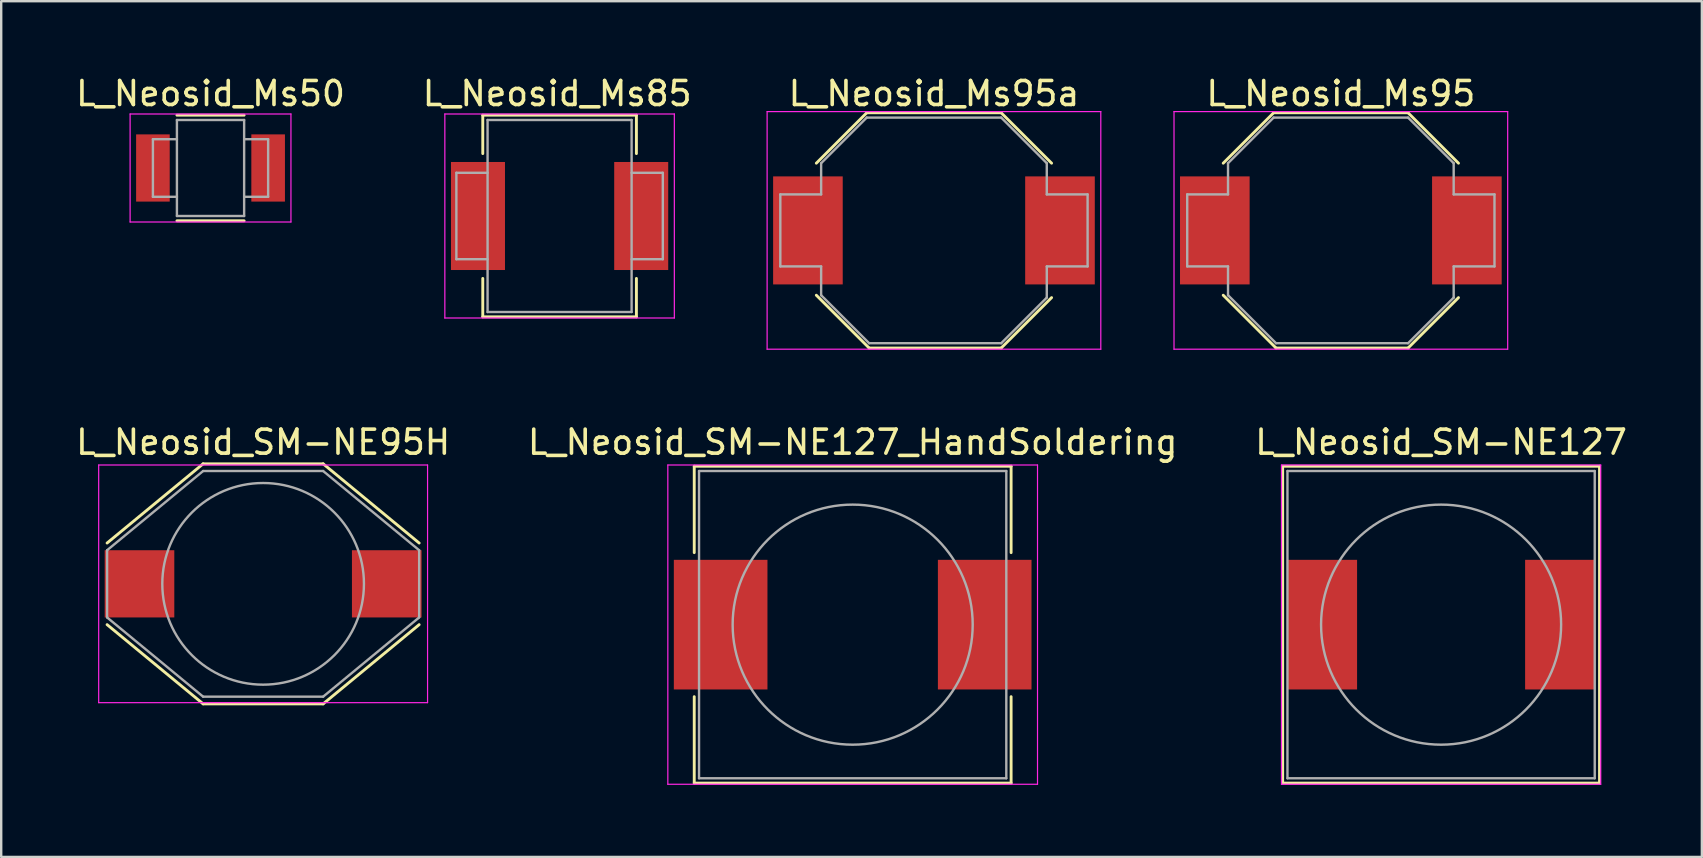
<source format=kicad_pcb>
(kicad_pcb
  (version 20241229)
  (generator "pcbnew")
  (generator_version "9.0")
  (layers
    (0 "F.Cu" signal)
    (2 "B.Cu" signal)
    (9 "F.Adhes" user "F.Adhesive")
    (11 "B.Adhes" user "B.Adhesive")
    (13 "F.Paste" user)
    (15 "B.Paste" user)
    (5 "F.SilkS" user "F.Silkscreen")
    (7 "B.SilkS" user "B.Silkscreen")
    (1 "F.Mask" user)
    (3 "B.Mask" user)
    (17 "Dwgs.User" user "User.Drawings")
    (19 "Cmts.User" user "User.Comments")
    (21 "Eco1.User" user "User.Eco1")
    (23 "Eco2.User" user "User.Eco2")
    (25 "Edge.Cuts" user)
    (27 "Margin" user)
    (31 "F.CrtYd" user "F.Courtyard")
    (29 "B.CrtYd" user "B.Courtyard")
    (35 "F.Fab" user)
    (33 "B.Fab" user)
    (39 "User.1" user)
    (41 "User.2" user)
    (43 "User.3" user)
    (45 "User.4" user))
  (footprint "L_Neosid_SM-NE127_HandSoldering"
    (layer "F.Cu")
    (at 32.47 22.971)
    (property "Reference" "L_Neosid_SM-NE127_HandSoldering" (at 0 -7.6 0) (layer "F.SilkS") (effects (font (size 1 1) (thickness 0.15))))
    (attr smd)
    (fp_line (start -6.6 -6.6) (end 6.6 -6.6) (stroke (width 0.12) (type solid)) (layer "F.SilkS"))
    (fp_line (start -6.6 -3) (end -6.6 -6.6) (stroke (width 0.12) (type solid)) (layer "F.SilkS"))
    (fp_line (start -6.6 6.6) (end -6.6 3) (stroke (width 0.12) (type solid)) (layer "F.SilkS"))
    (fp_line (start 6.6 -6.6) (end 6.6 -3) (stroke (width 0.12) (type solid)) (layer "F.SilkS"))
    (fp_line (start 6.6 3) (end 6.6 6.6) (stroke (width 0.12) (type solid)) (layer "F.SilkS"))
    (fp_line (start 6.6 6.6) (end -6.6 6.6) (stroke (width 0.12) (type solid)) (layer "F.SilkS"))
    (fp_line (start -7.7 -6.65) (end -7.7 6.65) (stroke (width 0.05) (type solid)) (layer "F.CrtYd"))
    (fp_line (start -7.7 -6.65) (end 7.7 -6.65) (stroke (width 0.05) (type solid)) (layer "F.CrtYd"))
    (fp_line (start 7.7 6.65) (end -7.7 6.65) (stroke (width 0.05) (type solid)) (layer "F.CrtYd"))
    (fp_line (start 7.7 6.65) (end 7.7 -6.65) (stroke (width 0.05) (type solid)) (layer "F.CrtYd"))
    (fp_line (start -6.4 -6.4) (end 6.4 -6.4) (stroke (width 0.1) (type solid)) (layer "F.Fab"))
    (fp_line (start -6.4 6.4) (end -6.4 -6.4) (stroke (width 0.1) (type solid)) (layer "F.Fab"))
    (fp_line (start 6.4 -6.4) (end 6.4 6.4) (stroke (width 0.1) (type solid)) (layer "F.Fab"))
    (fp_line (start 6.4 6.4) (end -6.4 6.4) (stroke (width 0.1) (type solid)) (layer "F.Fab"))
    (fp_circle (center 0 0) (end 5 0) (stroke (width 0.1) (type solid)) (fill no) (layer "F.Fab"))
    (pad "1" smd rect (at -5.5 0) (size 3.9 5.4) (layers "F.Cu" "F.Mask" "F.Paste"))
    (pad "2" smd rect (at 5.5 0) (size 3.9 5.4) (layers "F.Cu" "F.Mask" "F.Paste")))
  (footprint "L_Neosid_Ms85"
    (layer "F.Cu")
    (at 20.261 5.948)
    (property "Reference" "L_Neosid_Ms85" (at -0.1 -5.1 0) (layer "F.SilkS") (effects (font (size 1 1) (thickness 0.15))))
    (attr smd)
    (fp_line (start -3.2 -4.2) (end -3.2 -2.6) (stroke (width 0.12) (type solid)) (layer "F.SilkS"))
    (fp_line (start -3.2 2.6) (end -3.2 4.2) (stroke (width 0.12) (type solid)) (layer "F.SilkS"))
    (fp_line (start -3.2 4.2) (end 3.2 4.2) (stroke (width 0.12) (type solid)) (layer "F.SilkS"))
    (fp_line (start 3.2 -4.2) (end -3.2 -4.2) (stroke (width 0.12) (type solid)) (layer "F.SilkS"))
    (fp_line (start 3.2 -2.6) (end 3.2 -4.2) (stroke (width 0.12) (type solid)) (layer "F.SilkS"))
    (fp_line (start 3.2 4.2) (end 3.2 2.6) (stroke (width 0.12) (type solid)) (layer "F.SilkS"))
    (fp_line (start -4.78 -4.25) (end -4.78 4.25) (stroke (width 0.05) (type solid)) (layer "F.CrtYd"))
    (fp_line (start -4.78 -4.25) (end 4.78 -4.25) (stroke (width 0.05) (type solid)) (layer "F.CrtYd"))
    (fp_line (start 4.78 4.25) (end -4.78 4.25) (stroke (width 0.05) (type solid)) (layer "F.CrtYd"))
    (fp_line (start 4.78 4.25) (end 4.78 -4.25) (stroke (width 0.05) (type solid)) (layer "F.CrtYd"))
    (fp_line (start -4.3 -1.8) (end -4.3 1.8) (stroke (width 0.1) (type solid)) (layer "F.Fab"))
    (fp_line (start -4.3 -1.8) (end -3 -1.8) (stroke (width 0.1) (type solid)) (layer "F.Fab"))
    (fp_line (start -4.3 1.8) (end -3 1.8) (stroke (width 0.1) (type solid)) (layer "F.Fab"))
    (fp_line (start -3 -4) (end 3 -4) (stroke (width 0.1) (type solid)) (layer "F.Fab"))
    (fp_line (start -3 4) (end -3 -4) (stroke (width 0.1) (type solid)) (layer "F.Fab"))
    (fp_line (start 3 -4) (end 3 4) (stroke (width 0.1) (type solid)) (layer "F.Fab"))
    (fp_line (start 3 1.8) (end 4.3 1.8) (stroke (width 0.1) (type solid)) (layer "F.Fab"))
    (fp_line (start 3 4) (end -3 4) (stroke (width 0.1) (type solid)) (layer "F.Fab"))
    (fp_line (start 4.3 -1.8) (end 3 -1.8) (stroke (width 0.1) (type solid)) (layer "F.Fab"))
    (fp_line (start 4.3 1.8) (end 4.3 -1.8) (stroke (width 0.1) (type solid)) (layer "F.Fab"))
    (pad "1" smd rect (at -3.4 0) (size 2.25 4.5) (layers "F.Cu" "F.Mask" "F.Paste"))
    (pad "2" smd rect (at 3.4 0) (size 2.25 4.5) (layers "F.Cu" "F.Mask" "F.Paste")))
  (footprint "L_Neosid_Ms95a"
    (layer "F.Cu")
    (at 35.856 6.548)
    (property "Reference" "L_Neosid_Ms95a" (at 0 -5.7 0) (layer "F.SilkS") (effects (font (size 1 1) (thickness 0.15))))
    (attr smd)
    (fp_line (start -4.9 -2.8) (end -2.8 -4.9) (stroke (width 0.12) (type solid)) (layer "F.SilkS"))
    (fp_line (start -2.8 -4.9) (end 2.8 -4.9) (stroke (width 0.12) (type solid)) (layer "F.SilkS"))
    (fp_line (start -2.7 4.9) (end -4.9 2.7) (stroke (width 0.12) (type solid)) (layer "F.SilkS"))
    (fp_line (start -2.7 4.9) (end 2.8 4.9) (stroke (width 0.12) (type solid)) (layer "F.SilkS"))
    (fp_line (start 2.8 -4.9) (end 4.9 -2.8) (stroke (width 0.12) (type solid)) (layer "F.SilkS"))
    (fp_line (start 2.8 4.9) (end 4.9 2.8) (stroke (width 0.12) (type solid)) (layer "F.SilkS"))
    (fp_line (start -6.95 -4.95) (end -6.95 4.95) (stroke (width 0.05) (type solid)) (layer "F.CrtYd"))
    (fp_line (start -6.95 -4.95) (end 6.95 -4.95) (stroke (width 0.05) (type solid)) (layer "F.CrtYd"))
    (fp_line (start 6.95 4.95) (end -6.95 4.95) (stroke (width 0.05) (type solid)) (layer "F.CrtYd"))
    (fp_line (start 6.95 4.95) (end 6.95 -4.95) (stroke (width 0.05) (type solid)) (layer "F.CrtYd"))
    (fp_line (start -6.4 -1.5) (end -6.4 1.5) (stroke (width 0.1) (type solid)) (layer "F.Fab"))
    (fp_line (start -6.4 -1.5) (end -4.7 -1.5) (stroke (width 0.1) (type solid)) (layer "F.Fab"))
    (fp_line (start -6.4 1.5) (end -4.7 1.5) (stroke (width 0.1) (type solid)) (layer "F.Fab"))
    (fp_line (start -4.7 -1.5) (end -4.7 -2.8) (stroke (width 0.1) (type solid)) (layer "F.Fab"))
    (fp_line (start -4.7 1.5) (end -4.7 2.7) (stroke (width 0.1) (type solid)) (layer "F.Fab"))
    (fp_line (start -4.7 2.7) (end -2.7 4.7) (stroke (width 0.1) (type solid)) (layer "F.Fab"))
    (fp_line (start -2.8 -4.7) (end -4.7 -2.8) (stroke (width 0.1) (type solid)) (layer "F.Fab"))
    (fp_line (start 2.8 -4.7) (end -2.8 -4.7) (stroke (width 0.1) (type solid)) (layer "F.Fab"))
    (fp_line (start 2.8 4.7) (end -2.7 4.7) (stroke (width 0.1) (type solid)) (layer "F.Fab"))
    (fp_line (start 4.7 -2.8) (end 2.8 -4.7) (stroke (width 0.1) (type solid)) (layer "F.Fab"))
    (fp_line (start 4.7 -1.5) (end 4.7 -2.8) (stroke (width 0.1) (type solid)) (layer "F.Fab"))
    (fp_line (start 4.7 1.5) (end 6.4 1.5) (stroke (width 0.1) (type solid)) (layer "F.Fab"))
    (fp_line (start 4.7 2.8) (end 2.8 4.7) (stroke (width 0.1) (type solid)) (layer "F.Fab"))
    (fp_line (start 4.7 2.8) (end 4.7 1.5) (stroke (width 0.1) (type solid)) (layer "F.Fab"))
    (fp_line (start 6.4 -1.5) (end 4.7 -1.5) (stroke (width 0.1) (type solid)) (layer "F.Fab"))
    (fp_line (start 6.4 1.5) (end 6.4 -1.5) (stroke (width 0.1) (type solid)) (layer "F.Fab"))
    (pad "1" smd rect (at -5.25 0) (size 2.9 4.5) (layers "F.Cu" "F.Mask" "F.Paste"))
    (pad "2" smd rect (at 5.25 0) (size 2.9 4.5) (layers "F.Cu" "F.Mask" "F.Paste")))
  (footprint "L_Neosid_SM-NE127"
    (layer "F.Cu")
    (at 56.982 22.971)
    (property "Reference" "L_Neosid_SM-NE127" (at 0 -7.6 0) (layer "F.SilkS") (effects (font (size 1 1) (thickness 0.15))))
    (attr smd)
    (fp_line (start -6.6 -6.6) (end 6.6 -6.6) (stroke (width 0.12) (type solid)) (layer "F.SilkS"))
    (fp_line (start -6.6 6.6) (end -6.6 -6.6) (stroke (width 0.12) (type solid)) (layer "F.SilkS"))
    (fp_line (start 6.6 -6.6) (end 6.6 6.6) (stroke (width 0.12) (type solid)) (layer "F.SilkS"))
    (fp_line (start 6.6 6.6) (end -6.6 6.6) (stroke (width 0.12) (type solid)) (layer "F.SilkS"))
    (fp_line (start -6.65 -6.65) (end -6.65 6.65) (stroke (width 0.05) (type solid)) (layer "F.CrtYd"))
    (fp_line (start -6.65 -6.65) (end 6.65 -6.65) (stroke (width 0.05) (type solid)) (layer "F.CrtYd"))
    (fp_line (start 6.65 6.65) (end -6.65 6.65) (stroke (width 0.05) (type solid)) (layer "F.CrtYd"))
    (fp_line (start 6.65 6.65) (end 6.65 -6.65) (stroke (width 0.05) (type solid)) (layer "F.CrtYd"))
    (fp_line (start -6.4 -6.4) (end 6.4 -6.4) (stroke (width 0.1) (type solid)) (layer "F.Fab"))
    (fp_line (start -6.4 6.4) (end -6.4 -6.4) (stroke (width 0.1) (type solid)) (layer "F.Fab"))
    (fp_line (start 6.4 -6.4) (end 6.4 6.4) (stroke (width 0.1) (type solid)) (layer "F.Fab"))
    (fp_line (start 6.4 6.4) (end -6.4 6.4) (stroke (width 0.1) (type solid)) (layer "F.Fab"))
    (fp_circle (center 0 0) (end 5 0) (stroke (width 0.1) (type solid)) (fill no) (layer "F.Fab"))
    (pad "1" smd rect (at -4.95 0) (size 2.9 5.4) (layers "F.Cu" "F.Mask" "F.Paste"))
    (pad "2" smd rect (at 4.95 0) (size 2.9 5.4) (layers "F.Cu" "F.Mask" "F.Paste")))
  (footprint "L_Neosid_Ms95"
    (layer "F.Cu")
    (at 52.806 6.548)
    (property "Reference" "L_Neosid_Ms95" (at 0 -5.7 0) (layer "F.SilkS") (effects (font (size 1 1) (thickness 0.15))))
    (attr smd)
    (fp_line (start -4.9 -2.8) (end -2.8 -4.9) (stroke (width 0.12) (type solid)) (layer "F.SilkS"))
    (fp_line (start -2.8 -4.9) (end 2.8 -4.9) (stroke (width 0.12) (type solid)) (layer "F.SilkS"))
    (fp_line (start -2.7 4.9) (end -4.9 2.7) (stroke (width 0.12) (type solid)) (layer "F.SilkS"))
    (fp_line (start -2.7 4.9) (end 2.8 4.9) (stroke (width 0.12) (type solid)) (layer "F.SilkS"))
    (fp_line (start 2.8 -4.9) (end 4.9 -2.8) (stroke (width 0.12) (type solid)) (layer "F.SilkS"))
    (fp_line (start 2.8 4.9) (end 4.9 2.8) (stroke (width 0.12) (type solid)) (layer "F.SilkS"))
    (fp_line (start -6.95 -4.95) (end -6.95 4.95) (stroke (width 0.05) (type solid)) (layer "F.CrtYd"))
    (fp_line (start -6.95 -4.95) (end 6.95 -4.95) (stroke (width 0.05) (type solid)) (layer "F.CrtYd"))
    (fp_line (start 6.95 4.95) (end -6.95 4.95) (stroke (width 0.05) (type solid)) (layer "F.CrtYd"))
    (fp_line (start 6.95 4.95) (end 6.95 -4.95) (stroke (width 0.05) (type solid)) (layer "F.CrtYd"))
    (fp_line (start -6.4 -1.5) (end -6.4 1.5) (stroke (width 0.1) (type solid)) (layer "F.Fab"))
    (fp_line (start -6.4 -1.5) (end -4.7 -1.5) (stroke (width 0.1) (type solid)) (layer "F.Fab"))
    (fp_line (start -6.4 1.5) (end -4.7 1.5) (stroke (width 0.1) (type solid)) (layer "F.Fab"))
    (fp_line (start -4.7 -1.5) (end -4.7 -2.8) (stroke (width 0.1) (type solid)) (layer "F.Fab"))
    (fp_line (start -4.7 1.5) (end -4.7 2.7) (stroke (width 0.1) (type solid)) (layer "F.Fab"))
    (fp_line (start -4.7 2.7) (end -2.7 4.7) (stroke (width 0.1) (type solid)) (layer "F.Fab"))
    (fp_line (start -2.8 -4.7) (end -4.7 -2.8) (stroke (width 0.1) (type solid)) (layer "F.Fab"))
    (fp_line (start 2.8 -4.7) (end -2.8 -4.7) (stroke (width 0.1) (type solid)) (layer "F.Fab"))
    (fp_line (start 2.8 4.7) (end -2.7 4.7) (stroke (width 0.1) (type solid)) (layer "F.Fab"))
    (fp_line (start 4.7 -2.8) (end 2.8 -4.7) (stroke (width 0.1) (type solid)) (layer "F.Fab"))
    (fp_line (start 4.7 -1.5) (end 4.7 -2.8) (stroke (width 0.1) (type solid)) (layer "F.Fab"))
    (fp_line (start 4.7 1.5) (end 6.4 1.5) (stroke (width 0.1) (type solid)) (layer "F.Fab"))
    (fp_line (start 4.7 2.8) (end 2.8 4.7) (stroke (width 0.1) (type solid)) (layer "F.Fab"))
    (fp_line (start 4.7 2.8) (end 4.7 1.5) (stroke (width 0.1) (type solid)) (layer "F.Fab"))
    (fp_line (start 6.4 -1.5) (end 4.7 -1.5) (stroke (width 0.1) (type solid)) (layer "F.Fab"))
    (fp_line (start 6.4 1.5) (end 6.4 -1.5) (stroke (width 0.1) (type solid)) (layer "F.Fab"))
    (pad "1" smd rect (at -5.25 0) (size 2.9 4.5) (layers "F.Cu" "F.Mask" "F.Paste"))
    (pad "2" smd rect (at 5.25 0) (size 2.9 4.5) (layers "F.Cu" "F.Mask" "F.Paste")))
  (footprint "L_Neosid_SM-NE95H"
    (layer "F.Cu")
    (at 7.911 21.271)
    (property "Reference" "L_Neosid_SM-NE95H" (at 0 -5.9 0) (layer "F.SilkS") (effects (font (size 1 1) (thickness 0.15))))
    (attr smd)
    (fp_line (start -6.5 -1.7) (end -2.5 -5) (stroke (width 0.12) (type solid)) (layer "F.SilkS"))
    (fp_line (start -2.5 -5) (end 2.5 -5) (stroke (width 0.12) (type solid)) (layer "F.SilkS"))
    (fp_line (start -2.5 5) (end -6.5 1.7) (stroke (width 0.12) (type solid)) (layer "F.SilkS"))
    (fp_line (start 2.5 -5) (end 6.5 -1.7) (stroke (width 0.12) (type solid)) (layer "F.SilkS"))
    (fp_line (start 2.5 5) (end -2.5 5) (stroke (width 0.12) (type solid)) (layer "F.SilkS"))
    (fp_line (start 6.5 1.7) (end 2.5 5) (stroke (width 0.12) (type solid)) (layer "F.SilkS"))
    (fp_line (start -6.85 -4.95) (end -6.85 4.95) (stroke (width 0.05) (type solid)) (layer "F.CrtYd"))
    (fp_line (start -6.85 -4.95) (end 6.85 -4.95) (stroke (width 0.05) (type solid)) (layer "F.CrtYd"))
    (fp_line (start 6.85 4.95) (end -6.85 4.95) (stroke (width 0.05) (type solid)) (layer "F.CrtYd"))
    (fp_line (start 6.85 4.95) (end 6.85 -4.95) (stroke (width 0.05) (type solid)) (layer "F.CrtYd"))
    (fp_line (start -6.5 -1.4) (end -2.5 -4.7) (stroke (width 0.1) (type solid)) (layer "F.Fab"))
    (fp_line (start -6.5 1.4) (end -6.5 -1.4) (stroke (width 0.1) (type solid)) (layer "F.Fab"))
    (fp_line (start -2.5 -4.7) (end 2.5 -4.7) (stroke (width 0.1) (type solid)) (layer "F.Fab"))
    (fp_line (start -2.5 4.7) (end -6.5 1.4) (stroke (width 0.1) (type solid)) (layer "F.Fab"))
    (fp_line (start 2.5 -4.7) (end 6.5 -1.4) (stroke (width 0.1) (type solid)) (layer "F.Fab"))
    (fp_line (start 2.5 4.7) (end -2.5 4.7) (stroke (width 0.1) (type solid)) (layer "F.Fab"))
    (fp_line (start 6.5 -1.4) (end 6.5 1.4) (stroke (width 0.1) (type solid)) (layer "F.Fab"))
    (fp_line (start 6.5 1.4) (end 2.5 4.7) (stroke (width 0.1) (type solid)) (layer "F.Fab"))
    (fp_circle (center 0 0) (end 0 -4.2) (stroke (width 0.1) (type solid)) (fill no) (layer "F.Fab"))
    (pad "1" smd rect (at -5.15 0) (size 2.9 2.8) (layers "F.Cu" "F.Mask" "F.Paste"))
    (pad "2" smd rect (at 5.15 0) (size 2.9 2.8) (layers "F.Cu" "F.Mask" "F.Paste")))
  (footprint "L_Neosid_Ms50"
    (layer "F.Cu")
    (at 5.72 3.948)
    (property "Reference" "L_Neosid_Ms50" (at 0 -3.1 0) (layer "F.SilkS") (effects (font (size 1 1) (thickness 0.15))))
    (attr smd)
    (fp_line (start -1.4 2.2) (end 1.4 2.2) (stroke (width 0.12) (type solid)) (layer "F.SilkS"))
    (fp_line (start 1.4 -2.2) (end -1.4 -2.2) (stroke (width 0.12) (type solid)) (layer "F.SilkS"))
    (fp_line (start -3.35 -2.25) (end -3.35 2.25) (stroke (width 0.05) (type solid)) (layer "F.CrtYd"))
    (fp_line (start -3.35 -2.25) (end 3.35 -2.25) (stroke (width 0.05) (type solid)) (layer "F.CrtYd"))
    (fp_line (start 3.35 2.25) (end -3.35 2.25) (stroke (width 0.05) (type solid)) (layer "F.CrtYd"))
    (fp_line (start 3.35 2.25) (end 3.35 -2.25) (stroke (width 0.05) (type solid)) (layer "F.CrtYd"))
    (fp_line (start -2.4 -1.2) (end -2.4 1.2) (stroke (width 0.1) (type solid)) (layer "F.Fab"))
    (fp_line (start -2.4 -1.2) (end -1.4 -1.2) (stroke (width 0.1) (type solid)) (layer "F.Fab"))
    (fp_line (start -2.4 1.2) (end -1.4 1.2) (stroke (width 0.1) (type solid)) (layer "F.Fab"))
    (fp_line (start -1.4 -2) (end -1.4 2) (stroke (width 0.1) (type solid)) (layer "F.Fab"))
    (fp_line (start -1.4 2) (end 1.4 2) (stroke (width 0.1) (type solid)) (layer "F.Fab"))
    (fp_line (start 1.4 -2) (end -1.4 -2) (stroke (width 0.1) (type solid)) (layer "F.Fab"))
    (fp_line (start 1.4 1.2) (end 2.4 1.2) (stroke (width 0.1) (type solid)) (layer "F.Fab"))
    (fp_line (start 1.4 2) (end 1.4 -2) (stroke (width 0.1) (type solid)) (layer "F.Fab"))
    (fp_line (start 2.4 -1.2) (end 1.4 -1.2) (stroke (width 0.1) (type solid)) (layer "F.Fab"))
    (fp_line (start 2.4 1.2) (end 2.4 -1.2) (stroke (width 0.1) (type solid)) (layer "F.Fab"))
    (pad "1" smd rect (at -2.4 0) (size 1.4 2.8) (layers "F.Cu" "F.Mask" "F.Paste"))
    (pad "2" smd rect (at 2.4 0) (size 1.4 2.8) (layers "F.Cu" "F.Mask" "F.Paste")))
  (gr_rect
    (start -3 -3)
    (end 67.845 32.647)
    (stroke (width 0.1) (type default))
    (fill no)
    (layer "Edge.Cuts")))
</source>
